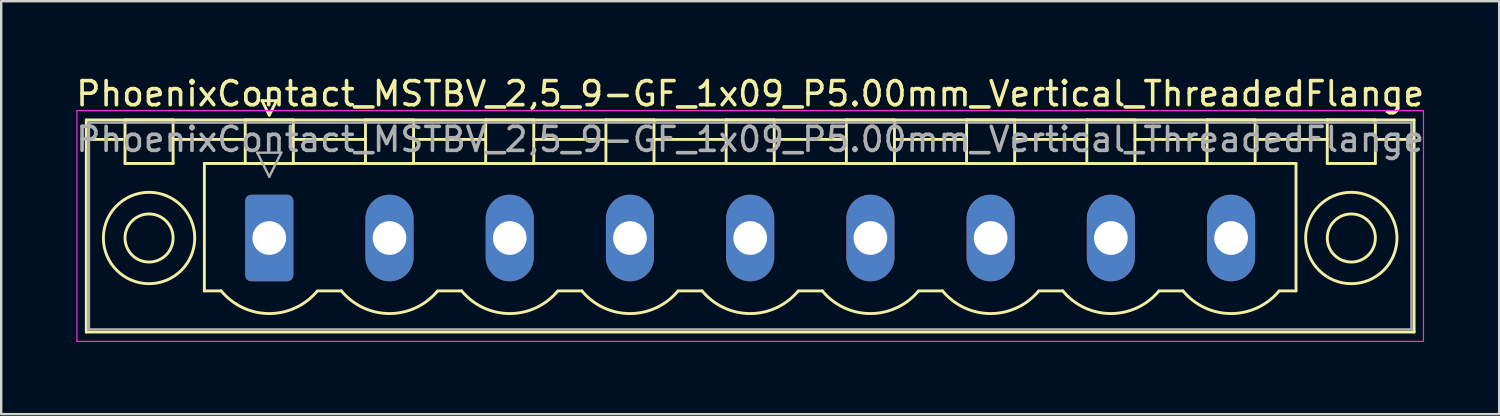
<source format=kicad_pcb>
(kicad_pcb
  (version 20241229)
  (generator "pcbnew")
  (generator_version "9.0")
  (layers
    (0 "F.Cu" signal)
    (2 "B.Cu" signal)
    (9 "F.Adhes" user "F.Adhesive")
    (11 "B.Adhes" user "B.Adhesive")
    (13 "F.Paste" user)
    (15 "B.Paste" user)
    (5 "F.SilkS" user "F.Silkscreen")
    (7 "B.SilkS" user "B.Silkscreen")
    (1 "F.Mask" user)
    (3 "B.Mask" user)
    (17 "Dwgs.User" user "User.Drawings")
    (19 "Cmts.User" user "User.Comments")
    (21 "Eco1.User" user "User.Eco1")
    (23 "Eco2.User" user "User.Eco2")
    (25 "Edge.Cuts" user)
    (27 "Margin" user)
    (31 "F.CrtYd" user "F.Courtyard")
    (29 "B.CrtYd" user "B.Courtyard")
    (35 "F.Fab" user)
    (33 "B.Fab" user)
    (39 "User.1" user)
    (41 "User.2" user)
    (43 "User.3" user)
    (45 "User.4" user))
  (footprint "PhoenixContact_MSTBV_2,5_9-GF_1x09_P5.00mm_Vertical_ThreadedFlange"
    (layer "F.Cu")
    (at 8.149 6.848)
    (property "Reference" "PhoenixContact_MSTBV_2,5_9-GF_1x09_P5.00mm_Vertical_ThreadedFlange" (at 20 -6 0) (layer "F.SilkS") (effects (font (size 1 1) (thickness 0.15))))
    (attr through_hole)
    (fp_line (start -7.61 -4.91) (end -7.61 3.91) (stroke (width 0.12) (type solid)) (layer "F.SilkS"))
    (fp_line (start -7.61 -4.1) (end -6.11 -4.1) (stroke (width 0.12) (type solid)) (layer "F.SilkS"))
    (fp_line (start -7.61 3.91) (end 47.61 3.91) (stroke (width 0.12) (type solid)) (layer "F.SilkS"))
    (fp_line (start -6 -4.91) (end -4 -4.91) (stroke (width 0.12) (type solid)) (layer "F.SilkS"))
    (fp_line (start -6 -3.1) (end -6 -4.91) (stroke (width 0.12) (type solid)) (layer "F.SilkS"))
    (fp_line (start -4 -4.91) (end -4 -3.1) (stroke (width 0.12) (type solid)) (layer "F.SilkS"))
    (fp_line (start -4 -4.1) (end -1 -4.1) (stroke (width 0.12) (type solid)) (layer "F.SilkS"))
    (fp_line (start -4 -3.1) (end -6 -3.1) (stroke (width 0.12) (type solid)) (layer "F.SilkS"))
    (fp_line (start -2.7 -3.1) (end 42.7 -3.1) (stroke (width 0.12) (type solid)) (layer "F.SilkS"))
    (fp_line (start -2.7 2.2) (end -2.7 -3.1) (stroke (width 0.12) (type solid)) (layer "F.SilkS"))
    (fp_line (start -2 2.2) (end -2.7 2.2) (stroke (width 0.12) (type solid)) (layer "F.SilkS"))
    (fp_line (start -1 -4.91) (end 1 -4.91) (stroke (width 0.12) (type solid)) (layer "F.SilkS"))
    (fp_line (start -1 -3.1) (end -1 -4.91) (stroke (width 0.12) (type solid)) (layer "F.SilkS"))
    (fp_line (start -0.3 -5.71) (end 0.3 -5.71) (stroke (width 0.12) (type solid)) (layer "F.SilkS"))
    (fp_line (start 0 -5.11) (end -0.3 -5.71) (stroke (width 0.12) (type solid)) (layer "F.SilkS"))
    (fp_line (start 0.3 -5.71) (end 0 -5.11) (stroke (width 0.12) (type solid)) (layer "F.SilkS"))
    (fp_line (start 1 -4.91) (end 1 -3.1) (stroke (width 0.12) (type solid)) (layer "F.SilkS"))
    (fp_line (start 1 -4.1) (end 4 -4.1) (stroke (width 0.12) (type solid)) (layer "F.SilkS"))
    (fp_line (start 1 -3.1) (end -1 -3.1) (stroke (width 0.12) (type solid)) (layer "F.SilkS"))
    (fp_line (start 2 2.2) (end 3 2.2) (stroke (width 0.12) (type solid)) (layer "F.SilkS"))
    (fp_line (start 4 -4.91) (end 6 -4.91) (stroke (width 0.12) (type solid)) (layer "F.SilkS"))
    (fp_line (start 4 -3.1) (end 4 -4.91) (stroke (width 0.12) (type solid)) (layer "F.SilkS"))
    (fp_line (start 6 -4.91) (end 6 -3.1) (stroke (width 0.12) (type solid)) (layer "F.SilkS"))
    (fp_line (start 6 -4.1) (end 9 -4.1) (stroke (width 0.12) (type solid)) (layer "F.SilkS"))
    (fp_line (start 6 -3.1) (end 4 -3.1) (stroke (width 0.12) (type solid)) (layer "F.SilkS"))
    (fp_line (start 7 2.2) (end 8 2.2) (stroke (width 0.12) (type solid)) (layer "F.SilkS"))
    (fp_line (start 9 -4.91) (end 11 -4.91) (stroke (width 0.12) (type solid)) (layer "F.SilkS"))
    (fp_line (start 9 -3.1) (end 9 -4.91) (stroke (width 0.12) (type solid)) (layer "F.SilkS"))
    (fp_line (start 11 -4.91) (end 11 -3.1) (stroke (width 0.12) (type solid)) (layer "F.SilkS"))
    (fp_line (start 11 -4.1) (end 14 -4.1) (stroke (width 0.12) (type solid)) (layer "F.SilkS"))
    (fp_line (start 11 -3.1) (end 9 -3.1) (stroke (width 0.12) (type solid)) (layer "F.SilkS"))
    (fp_line (start 12 2.2) (end 13 2.2) (stroke (width 0.12) (type solid)) (layer "F.SilkS"))
    (fp_line (start 14 -4.91) (end 16 -4.91) (stroke (width 0.12) (type solid)) (layer "F.SilkS"))
    (fp_line (start 14 -3.1) (end 14 -4.91) (stroke (width 0.12) (type solid)) (layer "F.SilkS"))
    (fp_line (start 16 -4.91) (end 16 -3.1) (stroke (width 0.12) (type solid)) (layer "F.SilkS"))
    (fp_line (start 16 -4.1) (end 19 -4.1) (stroke (width 0.12) (type solid)) (layer "F.SilkS"))
    (fp_line (start 16 -3.1) (end 14 -3.1) (stroke (width 0.12) (type solid)) (layer "F.SilkS"))
    (fp_line (start 17 2.2) (end 18 2.2) (stroke (width 0.12) (type solid)) (layer "F.SilkS"))
    (fp_line (start 19 -4.91) (end 21 -4.91) (stroke (width 0.12) (type solid)) (layer "F.SilkS"))
    (fp_line (start 19 -3.1) (end 19 -4.91) (stroke (width 0.12) (type solid)) (layer "F.SilkS"))
    (fp_line (start 21 -4.91) (end 21 -3.1) (stroke (width 0.12) (type solid)) (layer "F.SilkS"))
    (fp_line (start 21 -4.1) (end 24 -4.1) (stroke (width 0.12) (type solid)) (layer "F.SilkS"))
    (fp_line (start 21 -3.1) (end 19 -3.1) (stroke (width 0.12) (type solid)) (layer "F.SilkS"))
    (fp_line (start 22 2.2) (end 23 2.2) (stroke (width 0.12) (type solid)) (layer "F.SilkS"))
    (fp_line (start 24 -4.91) (end 26 -4.91) (stroke (width 0.12) (type solid)) (layer "F.SilkS"))
    (fp_line (start 24 -3.1) (end 24 -4.91) (stroke (width 0.12) (type solid)) (layer "F.SilkS"))
    (fp_line (start 26 -4.91) (end 26 -3.1) (stroke (width 0.12) (type solid)) (layer "F.SilkS"))
    (fp_line (start 26 -4.1) (end 29 -4.1) (stroke (width 0.12) (type solid)) (layer "F.SilkS"))
    (fp_line (start 26 -3.1) (end 24 -3.1) (stroke (width 0.12) (type solid)) (layer "F.SilkS"))
    (fp_line (start 27 2.2) (end 28 2.2) (stroke (width 0.12) (type solid)) (layer "F.SilkS"))
    (fp_line (start 29 -4.91) (end 31 -4.91) (stroke (width 0.12) (type solid)) (layer "F.SilkS"))
    (fp_line (start 29 -3.1) (end 29 -4.91) (stroke (width 0.12) (type solid)) (layer "F.SilkS"))
    (fp_line (start 31 -4.91) (end 31 -3.1) (stroke (width 0.12) (type solid)) (layer "F.SilkS"))
    (fp_line (start 31 -4.1) (end 34 -4.1) (stroke (width 0.12) (type solid)) (layer "F.SilkS"))
    (fp_line (start 31 -3.1) (end 29 -3.1) (stroke (width 0.12) (type solid)) (layer "F.SilkS"))
    (fp_line (start 32 2.2) (end 33 2.2) (stroke (width 0.12) (type solid)) (layer "F.SilkS"))
    (fp_line (start 34 -4.91) (end 36 -4.91) (stroke (width 0.12) (type solid)) (layer "F.SilkS"))
    (fp_line (start 34 -3.1) (end 34 -4.91) (stroke (width 0.12) (type solid)) (layer "F.SilkS"))
    (fp_line (start 36 -4.91) (end 36 -3.1) (stroke (width 0.12) (type solid)) (layer "F.SilkS"))
    (fp_line (start 36 -4.1) (end 39 -4.1) (stroke (width 0.12) (type solid)) (layer "F.SilkS"))
    (fp_line (start 36 -3.1) (end 34 -3.1) (stroke (width 0.12) (type solid)) (layer "F.SilkS"))
    (fp_line (start 37 2.2) (end 38 2.2) (stroke (width 0.12) (type solid)) (layer "F.SilkS"))
    (fp_line (start 39 -4.91) (end 41 -4.91) (stroke (width 0.12) (type solid)) (layer "F.SilkS"))
    (fp_line (start 39 -3.1) (end 39 -4.91) (stroke (width 0.12) (type solid)) (layer "F.SilkS"))
    (fp_line (start 41 -4.91) (end 41 -3.1) (stroke (width 0.12) (type solid)) (layer "F.SilkS"))
    (fp_line (start 41 -4.1) (end 44 -4.1) (stroke (width 0.12) (type solid)) (layer "F.SilkS"))
    (fp_line (start 41 -3.1) (end 39 -3.1) (stroke (width 0.12) (type solid)) (layer "F.SilkS"))
    (fp_line (start 42.7 -3.1) (end 42.7 2.2) (stroke (width 0.12) (type solid)) (layer "F.SilkS"))
    (fp_line (start 42.7 2.2) (end 42 2.2) (stroke (width 0.12) (type solid)) (layer "F.SilkS"))
    (fp_line (start 44 -4.91) (end 46 -4.91) (stroke (width 0.12) (type solid)) (layer "F.SilkS"))
    (fp_line (start 44 -3.1) (end 44 -4.91) (stroke (width 0.12) (type solid)) (layer "F.SilkS"))
    (fp_line (start 46 -4.91) (end 46 -3.1) (stroke (width 0.12) (type solid)) (layer "F.SilkS"))
    (fp_line (start 46 -3.1) (end 44 -3.1) (stroke (width 0.12) (type solid)) (layer "F.SilkS"))
    (fp_line (start 47.61 -4.91) (end -7.61 -4.91) (stroke (width 0.12) (type solid)) (layer "F.SilkS"))
    (fp_line (start 47.61 -4.1) (end 46.11 -4.1) (stroke (width 0.12) (type solid)) (layer "F.SilkS"))
    (fp_line (start 47.61 3.91) (end 47.61 -4.91) (stroke (width 0.12) (type solid)) (layer "F.SilkS"))
    (fp_arc (start 1.986842 2.215821) (mid -0.010289 3.142758) (end -2 2.2) (stroke (width 0.12) (type solid)) (layer "F.SilkS"))
    (fp_arc (start 6.986842 2.215821) (mid 4.989711 3.142758) (end 3 2.2) (stroke (width 0.12) (type solid)) (layer "F.SilkS"))
    (fp_arc (start 11.986842 2.215821) (mid 9.989711 3.142758) (end 8 2.2) (stroke (width 0.12) (type solid)) (layer "F.SilkS"))
    (fp_arc (start 16.986842 2.215821) (mid 14.989711 3.142758) (end 13 2.2) (stroke (width 0.12) (type solid)) (layer "F.SilkS"))
    (fp_arc (start 21.986842 2.215821) (mid 19.989711 3.142758) (end 18 2.2) (stroke (width 0.12) (type solid)) (layer "F.SilkS"))
    (fp_arc (start 26.986842 2.215821) (mid 24.989711 3.142758) (end 23 2.2) (stroke (width 0.12) (type solid)) (layer "F.SilkS"))
    (fp_arc (start 31.986842 2.215821) (mid 29.989711 3.142758) (end 28 2.2) (stroke (width 0.12) (type solid)) (layer "F.SilkS"))
    (fp_arc (start 36.986842 2.215821) (mid 34.989711 3.142758) (end 33 2.2) (stroke (width 0.12) (type solid)) (layer "F.SilkS"))
    (fp_arc (start 41.986842 2.215821) (mid 39.989711 3.142758) (end 38 2.2) (stroke (width 0.12) (type solid)) (layer "F.SilkS"))
    (fp_circle (center -5 0) (end -4 0) (stroke (width 0.12) (type solid)) (fill no) (layer "F.SilkS"))
    (fp_circle (center -5 0) (end -3.1 0) (stroke (width 0.12) (type solid)) (fill no) (layer "F.SilkS"))
    (fp_circle (center 45 0) (end 46 0) (stroke (width 0.12) (type solid)) (fill no) (layer "F.SilkS"))
    (fp_circle (center 45 0) (end 46.9 0) (stroke (width 0.12) (type solid)) (fill no) (layer "F.SilkS"))
    (fp_line (start -8 -5.3) (end -8 4.3) (stroke (width 0.05) (type solid)) (layer "F.CrtYd"))
    (fp_line (start -8 4.3) (end 48 4.3) (stroke (width 0.05) (type solid)) (layer "F.CrtYd"))
    (fp_line (start 48 -5.3) (end -8 -5.3) (stroke (width 0.05) (type solid)) (layer "F.CrtYd"))
    (fp_line (start 48 4.3) (end 48 -5.3) (stroke (width 0.05) (type solid)) (layer "F.CrtYd"))
    (fp_line (start -7.5 -4.8) (end -7.5 3.8) (stroke (width 0.1) (type solid)) (layer "F.Fab"))
    (fp_line (start -7.5 3.8) (end 47.5 3.8) (stroke (width 0.1) (type solid)) (layer "F.Fab"))
    (fp_line (start -0.5 -3.55) (end 0.5 -3.55) (stroke (width 0.1) (type solid)) (layer "F.Fab"))
    (fp_line (start 0 -2.55) (end -0.5 -3.55) (stroke (width 0.1) (type solid)) (layer "F.Fab"))
    (fp_line (start 0.5 -3.55) (end 0 -2.55) (stroke (width 0.1) (type solid)) (layer "F.Fab"))
    (fp_line (start 47.5 -4.8) (end -7.5 -4.8) (stroke (width 0.1) (type solid)) (layer "F.Fab"))
    (fp_line (start 47.5 3.8) (end 47.5 -4.8) (stroke (width 0.1) (type solid)) (layer "F.Fab"))
    (fp_text user "${REFERENCE}" (at 20 -4.1 0) (layer "F.Fab") (effects (font (size 1 1) (thickness 0.15))))
    (pad "1" thru_hole roundrect (at 0 0) (size 2 3.6) (drill 1.4) (layers "*.Cu" "*.Mask") (roundrect_rratio 0.125))
    (pad "2" thru_hole oval (at 5 0) (size 2 3.6) (drill 1.4) (layers "*.Cu" "*.Mask"))
    (pad "3" thru_hole oval (at 10 0) (size 2 3.6) (drill 1.4) (layers "*.Cu" "*.Mask"))
    (pad "4" thru_hole oval (at 15 0) (size 2 3.6) (drill 1.4) (layers "*.Cu" "*.Mask"))
    (pad "5" thru_hole oval (at 20 0) (size 2 3.6) (drill 1.4) (layers "*.Cu" "*.Mask"))
    (pad "6" thru_hole oval (at 25 0) (size 2 3.6) (drill 1.4) (layers "*.Cu" "*.Mask"))
    (pad "7" thru_hole oval (at 30 0) (size 2 3.6) (drill 1.4) (layers "*.Cu" "*.Mask"))
    (pad "8" thru_hole oval (at 35 0) (size 2 3.6) (drill 1.4) (layers "*.Cu" "*.Mask"))
    (pad "9" thru_hole oval (at 40 0) (size 2 3.6) (drill 1.4) (layers "*.Cu" "*.Mask")))
  (gr_rect
    (start -3 -3)
    (end 59.298 14.173)
    (stroke (width 0.1) (type default))
    (fill no)
    (layer "Edge.Cuts")))
</source>
